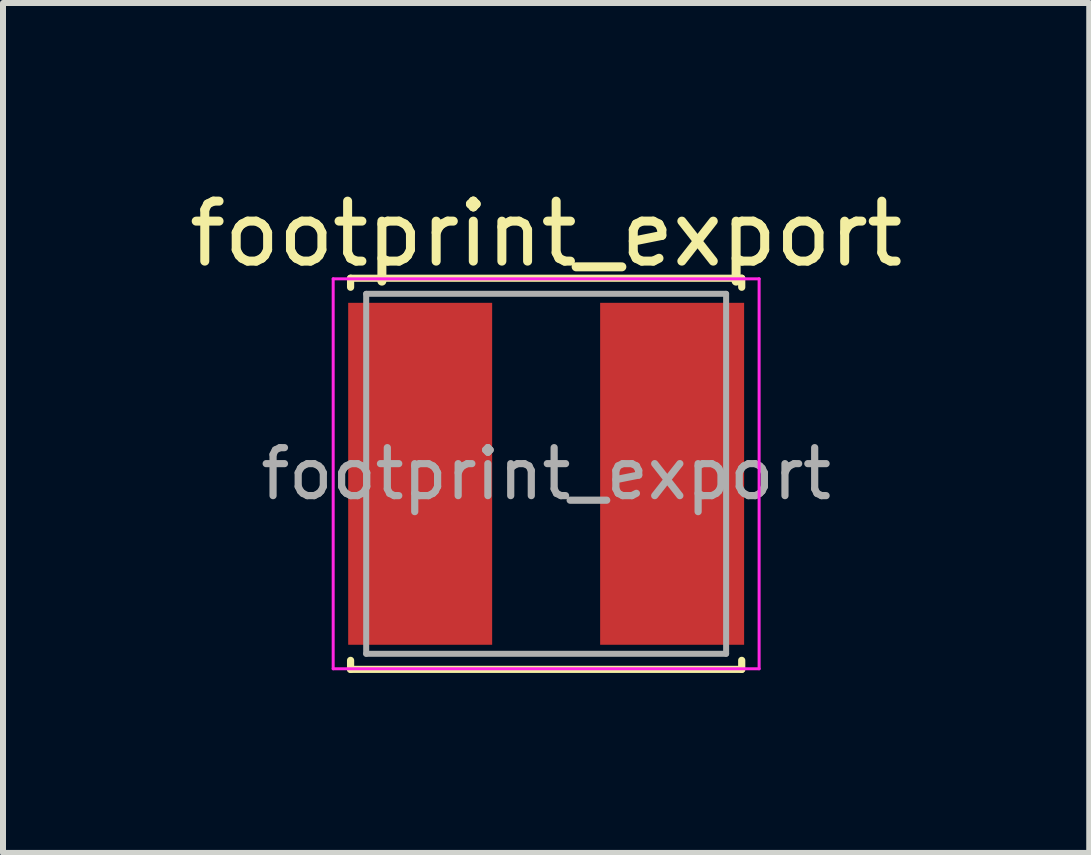
<source format=kicad_pcb>
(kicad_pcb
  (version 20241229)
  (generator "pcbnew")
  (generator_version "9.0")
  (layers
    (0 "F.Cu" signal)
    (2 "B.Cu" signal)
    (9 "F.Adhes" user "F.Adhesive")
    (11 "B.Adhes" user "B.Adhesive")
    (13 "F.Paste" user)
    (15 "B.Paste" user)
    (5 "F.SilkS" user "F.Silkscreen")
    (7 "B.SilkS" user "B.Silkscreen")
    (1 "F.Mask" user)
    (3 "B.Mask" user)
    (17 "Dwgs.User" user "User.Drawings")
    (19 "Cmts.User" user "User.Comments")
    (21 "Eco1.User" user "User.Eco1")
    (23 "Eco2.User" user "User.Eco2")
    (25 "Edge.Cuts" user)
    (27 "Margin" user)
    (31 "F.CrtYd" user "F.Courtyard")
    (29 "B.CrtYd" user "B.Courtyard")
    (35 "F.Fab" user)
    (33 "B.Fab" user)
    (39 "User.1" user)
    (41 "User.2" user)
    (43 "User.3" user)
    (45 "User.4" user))
  (footprint "footprint_export"
    (layer "F.Cu")
    (at 6.054 4.848)
    (property "Reference" "footprint_export" (at 0 -4 0) (layer "F.SilkS") (effects (font (size 1 1) (thickness 0.15))))
    (attr smd)
    (fp_line (start -3.26 -3.26) (end -3.26 -3.11) (stroke (width 0.12) (type solid)) (layer "F.SilkS"))
    (fp_line (start -3.26 -3.26) (end 3.26 -3.26) (stroke (width 0.12) (type solid)) (layer "F.SilkS"))
    (fp_line (start -3.26 3.26) (end -3.26 3.11) (stroke (width 0.12) (type solid)) (layer "F.SilkS"))
    (fp_line (start -3.26 3.26) (end 3.26 3.26) (stroke (width 0.12) (type solid)) (layer "F.SilkS"))
    (fp_line (start 3.26 -3.26) (end 3.26 -3.11) (stroke (width 0.12) (type solid)) (layer "F.SilkS"))
    (fp_line (start 3.26 3.26) (end 3.26 3.11) (stroke (width 0.12) (type solid)) (layer "F.SilkS"))
    (fp_line (start -3.55 -3.25) (end -3.55 3.25) (stroke (width 0.05) (type solid)) (layer "F.CrtYd"))
    (fp_line (start -3.55 3.25) (end 3.55 3.25) (stroke (width 0.05) (type solid)) (layer "F.CrtYd"))
    (fp_line (start 3.55 -3.25) (end -3.55 -3.25) (stroke (width 0.05) (type solid)) (layer "F.CrtYd"))
    (fp_line (start 3.55 3.25) (end 3.55 -3.25) (stroke (width 0.05) (type solid)) (layer "F.CrtYd"))
    (fp_line (start -3 -3) (end -3 3) (stroke (width 0.1) (type solid)) (layer "F.Fab"))
    (fp_line (start -3 3) (end 3 3) (stroke (width 0.1) (type solid)) (layer "F.Fab"))
    (fp_line (start 3 -3) (end -3 -3) (stroke (width 0.1) (type solid)) (layer "F.Fab"))
    (fp_line (start 3 3) (end 3 -3) (stroke (width 0.1) (type solid)) (layer "F.Fab"))
    (fp_text user "${REFERENCE}" (at 0 0 0) (layer "F.Fab") (effects (font (size 0.8 0.8) (thickness 0.12))))
    (pad "1" smd rect (at -2.1 0) (size 2.4 5.7) (layers "F.Cu" "F.Mask" "F.Paste"))
    (pad "2" smd rect (at 2.1 0) (size 2.4 5.7) (layers "F.Cu" "F.Mask" "F.Paste")))
  (gr_rect
    (start -3 -3)
    (end 15.107 11.168)
    (stroke (width 0.1) (type default))
    (fill no)
    (layer "Edge.Cuts")))
</source>
